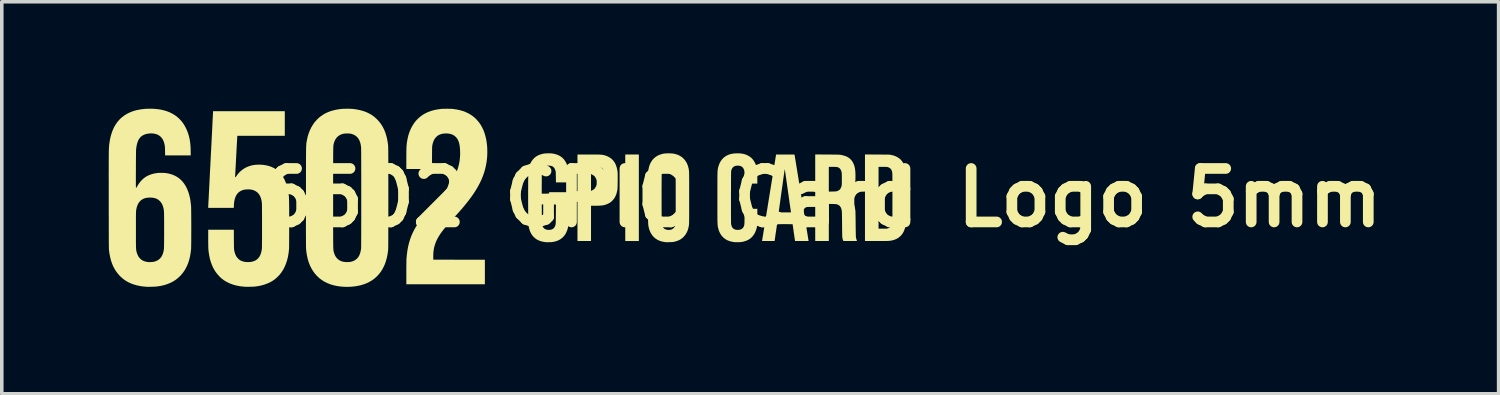
<source format=kicad_pcb>
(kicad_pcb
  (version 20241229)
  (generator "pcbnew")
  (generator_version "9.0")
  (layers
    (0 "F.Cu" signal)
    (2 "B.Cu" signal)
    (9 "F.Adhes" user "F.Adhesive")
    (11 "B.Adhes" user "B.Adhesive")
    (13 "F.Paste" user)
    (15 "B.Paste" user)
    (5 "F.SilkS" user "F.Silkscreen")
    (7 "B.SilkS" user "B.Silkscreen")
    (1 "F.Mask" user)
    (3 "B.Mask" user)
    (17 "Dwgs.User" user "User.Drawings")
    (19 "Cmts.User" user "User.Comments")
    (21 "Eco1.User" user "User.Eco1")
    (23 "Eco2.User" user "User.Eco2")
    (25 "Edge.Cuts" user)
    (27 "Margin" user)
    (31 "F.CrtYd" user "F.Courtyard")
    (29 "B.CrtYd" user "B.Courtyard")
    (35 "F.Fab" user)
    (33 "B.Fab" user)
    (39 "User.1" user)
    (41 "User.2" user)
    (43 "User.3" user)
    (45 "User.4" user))
  (footprint "6502 GPIO Card Logo 5mm"
    (layer "F.Cu")
    (at 19.985 2.499)
    (property "Reference" "6502 GPIO Card Logo 5mm" (at 0 0 0) (layer "F.SilkS") (effects (font (size 1.5 1.5) (thickness 0.3))))
    (attr board_only exclude_from_pos_files exclude_from_bom)
    (fp_poly (pts (xy -5.11 0) (xy -5.11 1.214) (xy -5.301 1.214) (xy -5.491 1.214) (xy -5.491 0) (xy -5.491 -1.214) (xy -5.301 -1.214) (xy -5.11 -1.214)) (stroke (width 0) (type solid)) (fill yes) (layer "F.SilkS"))
    (fp_poly (pts (xy -6.456 -1.214) (xy -6.397 -1.214) (xy -6.346 -1.214) (xy -6.301 -1.213) (xy -6.262 -1.213) (xy -6.228 -1.212) (xy -6.199 -1.21) (xy -6.173 -1.209) (xy -6.151 -1.207) (xy -6.131 -1.204) (xy -6.112 -1.201) (xy -6.095 -1.198) (xy -6.079 -1.194) (xy -6.062 -1.189) (xy -6.045 -1.184) (xy -6.039 -1.182) (xy -5.981 -1.159) (xy -5.927 -1.129) (xy -5.878 -1.094) (xy -5.835 -1.052) (xy -5.798 -1.004) (xy -5.771 -0.957) (xy -5.75 -0.908) (xy -5.732 -0.853) (xy -5.718 -0.795) (xy -5.708 -0.733) (xy -5.707 -0.721) (xy -5.705 -0.703) (xy -5.704 -0.679) (xy -5.704 -0.648) (xy -5.703 -0.613) (xy -5.703 -0.575) (xy -5.703 -0.534) (xy -5.703 -0.491) (xy -5.704 -0.448) (xy -5.704 -0.405) (xy -5.705 -0.364) (xy -5.706 -0.326) (xy -5.707 -0.292) (xy -5.709 -0.262) (xy -5.71 -0.238) (xy -5.712 -0.221) (xy -5.713 -0.216) (xy -5.727 -0.154) (xy -5.743 -0.099) (xy -5.763 -0.05) (xy -5.786 -0.005) (xy -5.814 0.035) (xy -5.846 0.073) (xy -5.878 0.104) (xy -5.91 0.13) (xy -5.946 0.152) (xy -5.962 0.16) (xy -5.995 0.176) (xy -6.028 0.189) (xy -6.062 0.2) (xy -6.098 0.208) (xy -6.136 0.215) (xy -6.18 0.219) (xy -6.228 0.222) (xy -6.283 0.224) (xy -6.328 0.224) (xy -6.452 0.224) (xy -6.452 0.719) (xy -6.452 1.214) (xy -6.642 1.214) (xy -6.832 1.214) (xy -6.832 0) (xy -6.832 -0.495) (xy -6.452 -0.495) (xy -6.452 -0.123) (xy -6.34 -0.123) (xy -6.301 -0.123) (xy -6.27 -0.123) (xy -6.245 -0.124) (xy -6.227 -0.126) (xy -6.213 -0.127) (xy -6.208 -0.129) (xy -6.173 -0.141) (xy -6.145 -0.159) (xy -6.123 -0.182) (xy -6.106 -0.211) (xy -6.093 -0.247) (xy -6.09 -0.264) (xy -6.088 -0.278) (xy -6.087 -0.298) (xy -6.085 -0.325) (xy -6.084 -0.357) (xy -6.084 -0.393) (xy -6.083 -0.432) (xy -6.083 -0.473) (xy -6.083 -0.514) (xy -6.083 -0.555) (xy -6.084 -0.593) (xy -6.084 -0.63) (xy -6.085 -0.662) (xy -6.086 -0.689) (xy -6.088 -0.711) (xy -6.089 -0.724) (xy -6.09 -0.725) (xy -6.1 -0.764) (xy -6.115 -0.796) (xy -6.134 -0.821) (xy -6.158 -0.84) (xy -6.164 -0.844) (xy -6.177 -0.85) (xy -6.189 -0.856) (xy -6.202 -0.86) (xy -6.217 -0.863) (xy -6.234 -0.865) (xy -6.256 -0.866) (xy -6.283 -0.867) (xy -6.317 -0.867) (xy -6.34 -0.867) (xy -6.452 -0.867) (xy -6.452 -0.495) (xy -6.832 -0.495) (xy -6.832 -1.214) (xy -6.522 -1.214)) (stroke (width 0) (type solid)) (fill yes) (layer "F.SilkS"))
    (fp_poly (pts (xy -0.546 -0.01) (xy -0.53 0.09) (xy -0.514 0.188) (xy -0.499 0.283) (xy -0.484 0.376) (xy -0.469 0.465) (xy -0.455 0.551) (xy -0.442 0.633) (xy -0.429 0.711) (xy -0.417 0.785) (xy -0.406 0.853) (xy -0.395 0.917) (xy -0.386 0.975) (xy -0.377 1.028) (xy -0.37 1.074) (xy -0.363 1.114) (xy -0.358 1.147) (xy -0.354 1.173) (xy -0.351 1.191) (xy -0.349 1.202) (xy -0.348 1.205) (xy -0.346 1.214) (xy -0.536 1.214) (xy -0.727 1.214) (xy -0.729 1.2) (xy -0.73 1.194) (xy -0.732 1.181) (xy -0.735 1.161) (xy -0.739 1.136) (xy -0.743 1.106) (xy -0.748 1.073) (xy -0.753 1.037) (xy -0.759 1) (xy -0.764 0.962) (xy -0.769 0.924) (xy -0.775 0.887) (xy -0.78 0.853) (xy -0.784 0.821) (xy -0.788 0.794) (xy -0.791 0.771) (xy -0.794 0.755) (xy -0.795 0.745) (xy -0.795 0.742) (xy -0.799 0.742) (xy -0.811 0.742) (xy -0.83 0.741) (xy -0.855 0.741) (xy -0.885 0.741) (xy -0.919 0.741) (xy -0.957 0.74) (xy -0.999 0.74) (xy -1.013 0.74) (xy -1.061 0.74) (xy -1.102 0.74) (xy -1.136 0.741) (xy -1.163 0.741) (xy -1.185 0.741) (xy -1.201 0.742) (xy -1.214 0.742) (xy -1.222 0.743) (xy -1.227 0.744) (xy -1.231 0.745) (xy -1.232 0.747) (xy -1.233 0.748) (xy -1.234 0.753) (xy -1.236 0.766) (xy -1.239 0.786) (xy -1.242 0.812) (xy -1.247 0.843) (xy -1.252 0.879) (xy -1.258 0.918) (xy -1.264 0.96) (xy -1.268 0.985) (xy -1.301 1.214) (xy -1.478 1.214) (xy -1.521 1.214) (xy -1.557 1.214) (xy -1.585 1.214) (xy -1.608 1.214) (xy -1.625 1.213) (xy -1.637 1.213) (xy -1.645 1.212) (xy -1.65 1.211) (xy -1.652 1.209) (xy -1.653 1.208) (xy -1.653 1.207) (xy -1.652 1.202) (xy -1.65 1.189) (xy -1.646 1.169) (xy -1.642 1.141) (xy -1.636 1.106) (xy -1.629 1.065) (xy -1.621 1.017) (xy -1.613 0.963) (xy -1.603 0.903) (xy -1.592 0.838) (xy -1.581 0.768) (xy -1.569 0.693) (xy -1.556 0.614) (xy -1.542 0.531) (xy -1.528 0.444) (xy -1.523 0.41) (xy -1.185 0.41) (xy -1.013 0.41) (xy -0.841 0.41) (xy -0.843 0.397) (xy -0.844 0.391) (xy -0.846 0.377) (xy -0.849 0.356) (xy -0.853 0.328) (xy -0.858 0.294) (xy -0.864 0.253) (xy -0.87 0.208) (xy -0.878 0.157) (xy -0.886 0.102) (xy -0.894 0.043) (xy -0.903 -0.02) (xy -0.912 -0.086) (xy -0.922 -0.154) (xy -0.929 -0.203) (xy -0.939 -0.272) (xy -0.948 -0.339) (xy -0.957 -0.404) (xy -0.966 -0.465) (xy -0.974 -0.522) (xy -0.982 -0.575) (xy -0.989 -0.623) (xy -0.995 -0.667) (xy -1 -0.704) (xy -1.005 -0.735) (xy -1.009 -0.76) (xy -1.011 -0.778) (xy -1.013 -0.788) (xy -1.013 -0.791) (xy -1.018 -0.79) (xy -1.018 -0.79) (xy -1.019 -0.785) (xy -1.021 -0.773) (xy -1.024 -0.754) (xy -1.027 -0.728) (xy -1.032 -0.696) (xy -1.038 -0.658) (xy -1.044 -0.615) (xy -1.05 -0.569) (xy -1.058 -0.518) (xy -1.065 -0.464) (xy -1.073 -0.407) (xy -1.081 -0.349) (xy -1.09 -0.289) (xy -1.098 -0.228) (xy -1.107 -0.167) (xy -1.115 -0.106) (xy -1.124 -0.046) (xy -1.132 0.013) (xy -1.14 0.07) (xy -1.147 0.124) (xy -1.154 0.175) (xy -1.161 0.222) (xy -1.167 0.265) (xy -1.172 0.303) (xy -1.176 0.336) (xy -1.18 0.363) (xy -1.182 0.383) (xy -1.184 0.396) (xy -1.184 0.401) (xy -1.185 0.41) (xy -1.523 0.41) (xy -1.513 0.354) (xy -1.498 0.261) (xy -1.483 0.165) (xy -1.467 0.067) (xy -1.455 -0.007) (xy -1.259 -1.214) (xy -1 -1.214) (xy -0.742 -1.214)) (stroke (width 0) (type solid)) (fill yes) (layer "F.SilkS"))
    (fp_poly (pts (xy 1.579 -1.213) (xy 1.641 -1.213) (xy 1.696 -1.212) (xy 1.743 -1.212) (xy 1.783 -1.212) (xy 1.818 -1.211) (xy 1.847 -1.211) (xy 1.871 -1.211) (xy 1.892 -1.21) (xy 1.908 -1.209) (xy 1.922 -1.209) (xy 1.934 -1.208) (xy 1.944 -1.207) (xy 1.953 -1.205) (xy 1.961 -1.204) (xy 1.968 -1.202) (xy 2.036 -1.186) (xy 2.098 -1.163) (xy 2.154 -1.134) (xy 2.203 -1.1) (xy 2.247 -1.059) (xy 2.284 -1.013) (xy 2.316 -0.96) (xy 2.342 -0.902) (xy 2.362 -0.837) (xy 2.369 -0.806) (xy 2.371 -0.795) (xy 2.373 -0.784) (xy 2.375 -0.773) (xy 2.376 -0.762) (xy 2.378 -0.749) (xy 2.379 -0.736) (xy 2.38 -0.721) (xy 2.381 -0.703) (xy 2.382 -0.683) (xy 2.383 -0.661) (xy 2.384 -0.634) (xy 2.384 -0.604) (xy 2.385 -0.57) (xy 2.385 -0.531) (xy 2.385 -0.487) (xy 2.386 -0.437) (xy 2.386 -0.382) (xy 2.386 -0.32) (xy 2.386 -0.251) (xy 2.386 -0.175) (xy 2.386 -0.092) (xy 2.386 -0.000117) (xy 2.386 0) (xy 2.386 0.092) (xy 2.386 0.175) (xy 2.386 0.251) (xy 2.386 0.32) (xy 2.386 0.382) (xy 2.386 0.437) (xy 2.385 0.487) (xy 2.385 0.531) (xy 2.385 0.57) (xy 2.384 0.604) (xy 2.384 0.634) (xy 2.383 0.661) (xy 2.382 0.683) (xy 2.381 0.703) (xy 2.38 0.721) (xy 2.379 0.736) (xy 2.378 0.749) (xy 2.376 0.762) (xy 2.375 0.773) (xy 2.373 0.784) (xy 2.371 0.795) (xy 2.369 0.806) (xy 2.369 0.806) (xy 2.351 0.873) (xy 2.328 0.934) (xy 2.299 0.99) (xy 2.263 1.04) (xy 2.222 1.083) (xy 2.175 1.121) (xy 2.123 1.152) (xy 2.065 1.177) (xy 2.002 1.195) (xy 1.982 1.199) (xy 1.967 1.202) (xy 1.953 1.204) (xy 1.938 1.206) (xy 1.922 1.208) (xy 1.905 1.209) (xy 1.885 1.211) (xy 1.863 1.212) (xy 1.836 1.213) (xy 1.806 1.213) (xy 1.77 1.214) (xy 1.729 1.214) (xy 1.682 1.214) (xy 1.627 1.214) (xy 1.565 1.214) (xy 1.556 1.214) (xy 1.235 1.214) (xy 1.235 0) (xy 1.616 0) (xy 1.616 0.867) (xy 1.734 0.867) (xy 1.77 0.867) (xy 1.798 0.867) (xy 1.821 0.867) (xy 1.838 0.866) (xy 1.851 0.865) (xy 1.862 0.863) (xy 1.871 0.861) (xy 1.878 0.859) (xy 1.912 0.845) (xy 1.941 0.827) (xy 1.963 0.804) (xy 1.98 0.775) (xy 1.993 0.739) (xy 1.998 0.718) (xy 1.999 0.713) (xy 2 0.707) (xy 2.001 0.699) (xy 2.002 0.69) (xy 2.002 0.678) (xy 2.003 0.664) (xy 2.003 0.647) (xy 2.004 0.626) (xy 2.004 0.601) (xy 2.004 0.572) (xy 2.004 0.539) (xy 2.005 0.5) (xy 2.005 0.456) (xy 2.005 0.407) (xy 2.005 0.351) (xy 2.005 0.288) (xy 2.005 0.218) (xy 2.005 0.141) (xy 2.005 0.056) (xy 2.005 0) (xy 2.005 -0.09) (xy 2.005 -0.172) (xy 2.005 -0.246) (xy 2.005 -0.313) (xy 2.005 -0.373) (xy 2.005 -0.427) (xy 2.005 -0.474) (xy 2.005 -0.516) (xy 2.004 -0.552) (xy 2.004 -0.584) (xy 2.004 -0.611) (xy 2.003 -0.634) (xy 2.003 -0.654) (xy 2.002 -0.67) (xy 2.002 -0.683) (xy 2.001 -0.694) (xy 2.001 -0.702) (xy 2 -0.709) (xy 1.999 -0.715) (xy 1.998 -0.718) (xy 1.988 -0.757) (xy 1.973 -0.79) (xy 1.953 -0.816) (xy 1.927 -0.837) (xy 1.896 -0.853) (xy 1.878 -0.859) (xy 1.869 -0.862) (xy 1.86 -0.864) (xy 1.849 -0.865) (xy 1.835 -0.866) (xy 1.817 -0.867) (xy 1.794 -0.867) (xy 1.764 -0.867) (xy 1.734 -0.867) (xy 1.616 -0.867) (xy 1.616 0) (xy 1.235 0) (xy 1.235 -0.000207) (xy 1.235 -1.215)) (stroke (width 0) (type solid)) (fill yes) (layer "F.SilkS"))
    (fp_poly (pts (xy 0.179 -1.213) (xy 0.241 -1.213) (xy 0.295 -1.212) (xy 0.341 -1.212) (xy 0.382 -1.212) (xy 0.416 -1.211) (xy 0.445 -1.211) (xy 0.469 -1.21) (xy 0.489 -1.21) (xy 0.506 -1.209) (xy 0.52 -1.208) (xy 0.531 -1.207) (xy 0.541 -1.206) (xy 0.55 -1.205) (xy 0.559 -1.203) (xy 0.565 -1.202) (xy 0.63 -1.187) (xy 0.688 -1.169) (xy 0.74 -1.146) (xy 0.785 -1.118) (xy 0.824 -1.086) (xy 0.858 -1.048) (xy 0.888 -1.006) (xy 0.901 -0.982) (xy 0.917 -0.947) (xy 0.931 -0.912) (xy 0.942 -0.875) (xy 0.951 -0.836) (xy 0.958 -0.793) (xy 0.963 -0.746) (xy 0.967 -0.694) (xy 0.968 -0.635) (xy 0.968 -0.57) (xy 0.967 -0.539) (xy 0.966 -0.488) (xy 0.964 -0.444) (xy 0.962 -0.408) (xy 0.96 -0.38) (xy 0.958 -0.369) (xy 0.945 -0.305) (xy 0.926 -0.246) (xy 0.902 -0.193) (xy 0.872 -0.146) (xy 0.84 -0.108) (xy 0.821 -0.091) (xy 0.797 -0.072) (xy 0.771 -0.055) (xy 0.747 -0.041) (xy 0.737 -0.036) (xy 0.727 -0.031) (xy 0.721 -0.026) (xy 0.72 -0.025) (xy 0.724 -0.021) (xy 0.735 -0.016) (xy 0.749 -0.009) (xy 0.755 -0.006) (xy 0.796 0.014) (xy 0.831 0.039) (xy 0.862 0.069) (xy 0.888 0.104) (xy 0.911 0.144) (xy 0.93 0.191) (xy 0.945 0.244) (xy 0.957 0.305) (xy 0.963 0.343) (xy 0.964 0.354) (xy 0.966 0.367) (xy 0.967 0.384) (xy 0.968 0.404) (xy 0.968 0.428) (xy 0.969 0.457) (xy 0.97 0.491) (xy 0.971 0.532) (xy 0.971 0.578) (xy 0.972 0.632) (xy 0.973 0.693) (xy 0.973 0.738) (xy 0.974 0.794) (xy 0.974 0.848) (xy 0.975 0.898) (xy 0.976 0.944) (xy 0.977 0.986) (xy 0.977 1.023) (xy 0.978 1.054) (xy 0.979 1.078) (xy 0.98 1.095) (xy 0.981 1.105) (xy 0.981 1.106) (xy 0.986 1.132) (xy 0.993 1.157) (xy 0.999 1.179) (xy 1.005 1.194) (xy 1.009 1.205) (xy 1.011 1.211) (xy 1.011 1.212) (xy 1.007 1.212) (xy 0.995 1.213) (xy 0.977 1.213) (xy 0.952 1.213) (xy 0.923 1.213) (xy 0.889 1.213) (xy 0.852 1.213) (xy 0.818 1.213) (xy 0.625 1.212) (xy 0.619 1.193) (xy 0.615 1.18) (xy 0.611 1.168) (xy 0.608 1.157) (xy 0.606 1.147) (xy 0.603 1.135) (xy 0.601 1.123) (xy 0.6 1.109) (xy 0.598 1.093) (xy 0.597 1.073) (xy 0.596 1.05) (xy 0.596 1.023) (xy 0.595 0.991) (xy 0.594 0.954) (xy 0.594 0.91) (xy 0.593 0.86) (xy 0.593 0.803) (xy 0.592 0.747) (xy 0.592 0.682) (xy 0.591 0.625) (xy 0.591 0.576) (xy 0.59 0.533) (xy 0.59 0.496) (xy 0.589 0.465) (xy 0.588 0.439) (xy 0.588 0.417) (xy 0.587 0.4) (xy 0.586 0.385) (xy 0.585 0.374) (xy 0.584 0.364) (xy 0.583 0.356) (xy 0.582 0.354) (xy 0.572 0.311) (xy 0.558 0.275) (xy 0.54 0.245) (xy 0.518 0.221) (xy 0.49 0.202) (xy 0.457 0.187) (xy 0.443 0.183) (xy 0.432 0.181) (xy 0.416 0.179) (xy 0.394 0.177) (xy 0.366 0.176) (xy 0.33 0.175) (xy 0.32 0.175) (xy 0.22 0.173) (xy 0.22 0.693) (xy 0.22 1.214) (xy 0.03 1.214) (xy -0.161 1.214) (xy -0.161 -0.000231) (xy -0.161 -0.52) (xy 0.22 -0.52) (xy 0.22 -0.172) (xy 0.32 -0.175) (xy 0.359 -0.176) (xy 0.39 -0.177) (xy 0.414 -0.179) (xy 0.431 -0.181) (xy 0.443 -0.183) (xy 0.468 -0.192) (xy 0.493 -0.205) (xy 0.515 -0.219) (xy 0.531 -0.234) (xy 0.532 -0.234) (xy 0.549 -0.259) (xy 0.564 -0.29) (xy 0.576 -0.325) (xy 0.578 -0.334) (xy 0.58 -0.343) (xy 0.582 -0.354) (xy 0.583 -0.366) (xy 0.584 -0.381) (xy 0.585 -0.399) (xy 0.585 -0.423) (xy 0.586 -0.452) (xy 0.586 -0.487) (xy 0.586 -0.525) (xy 0.586 -0.567) (xy 0.586 -0.602) (xy 0.585 -0.63) (xy 0.585 -0.653) (xy 0.584 -0.671) (xy 0.583 -0.686) (xy 0.582 -0.699) (xy 0.58 -0.71) (xy 0.578 -0.719) (xy 0.567 -0.759) (xy 0.551 -0.793) (xy 0.531 -0.819) (xy 0.507 -0.839) (xy 0.499 -0.844) (xy 0.486 -0.85) (xy 0.473 -0.856) (xy 0.46 -0.86) (xy 0.445 -0.863) (xy 0.427 -0.865) (xy 0.405 -0.866) (xy 0.377 -0.867) (xy 0.342 -0.867) (xy 0.327 -0.867) (xy 0.22 -0.867) (xy 0.22 -0.52) (xy -0.161 -0.52) (xy -0.161 -1.215)) (stroke (width 0) (type solid)) (fill yes) (layer "F.SilkS"))
    (fp_poly (pts (xy -7.587 -1.246) (xy -7.558 -1.245) (xy -7.552 -1.244) (xy -7.482 -1.232) (xy -7.417 -1.214) (xy -7.358 -1.19) (xy -7.304 -1.159) (xy -7.256 -1.122) (xy -7.213 -1.078) (xy -7.177 -1.028) (xy -7.146 -0.973) (xy -7.12 -0.91) (xy -7.101 -0.842) (xy -7.087 -0.767) (xy -7.086 -0.764) (xy -7.085 -0.751) (xy -7.084 -0.732) (xy -7.083 -0.706) (xy -7.081 -0.676) (xy -7.08 -0.643) (xy -7.079 -0.607) (xy -7.079 -0.581) (xy -7.076 -0.432) (xy -7.256 -0.432) (xy -7.436 -0.432) (xy -7.438 -0.579) (xy -7.439 -0.619) (xy -7.44 -0.651) (xy -7.44 -0.678) (xy -7.441 -0.699) (xy -7.442 -0.715) (xy -7.443 -0.729) (xy -7.445 -0.74) (xy -7.447 -0.749) (xy -7.449 -0.758) (xy -7.463 -0.799) (xy -7.481 -0.833) (xy -7.504 -0.859) (xy -7.531 -0.879) (xy -7.564 -0.893) (xy -7.602 -0.9) (xy -7.635 -0.902) (xy -7.672 -0.9) (xy -7.704 -0.895) (xy -7.73 -0.885) (xy -7.754 -0.871) (xy -7.77 -0.858) (xy -7.791 -0.834) (xy -7.808 -0.806) (xy -7.82 -0.772) (xy -7.829 -0.732) (xy -7.83 -0.721) (xy -7.831 -0.711) (xy -7.832 -0.694) (xy -7.832 -0.669) (xy -7.833 -0.638) (xy -7.833 -0.601) (xy -7.834 -0.558) (xy -7.834 -0.51) (xy -7.834 -0.457) (xy -7.834 -0.401) (xy -7.835 -0.341) (xy -7.835 -0.278) (xy -7.835 -0.213) (xy -7.835 -0.146) (xy -7.835 -0.078) (xy -7.834 -0.009) (xy -7.834 0.06) (xy -7.834 0.129) (xy -7.834 0.197) (xy -7.834 0.264) (xy -7.833 0.328) (xy -7.833 0.39) (xy -7.832 0.449) (xy -7.832 0.505) (xy -7.831 0.556) (xy -7.831 0.603) (xy -7.83 0.644) (xy -7.83 0.68) (xy -7.829 0.71) (xy -7.828 0.732) (xy -7.828 0.748) (xy -7.827 0.755) (xy -7.827 0.755) (xy -7.813 0.796) (xy -7.794 0.83) (xy -7.771 0.858) (xy -7.742 0.878) (xy -7.708 0.892) (xy -7.669 0.9) (xy -7.636 0.902) (xy -7.593 0.899) (xy -7.555 0.89) (xy -7.523 0.874) (xy -7.496 0.852) (xy -7.474 0.824) (xy -7.457 0.788) (xy -7.447 0.753) (xy -7.445 0.746) (xy -7.444 0.737) (xy -7.443 0.726) (xy -7.442 0.711) (xy -7.441 0.693) (xy -7.441 0.67) (xy -7.44 0.642) (xy -7.44 0.608) (xy -7.439 0.568) (xy -7.439 0.52) (xy -7.438 0.465) (xy -7.438 0.458) (xy -7.437 0.19) (xy -7.532 0.19) (xy -7.628 0.19) (xy -7.628 0.017) (xy -7.628 -0.157) (xy -7.352 -0.157) (xy -7.077 -0.157) (xy -7.079 0.287) (xy -7.079 0.367) (xy -7.08 0.438) (xy -7.08 0.502) (xy -7.08 0.558) (xy -7.081 0.607) (xy -7.082 0.649) (xy -7.082 0.684) (xy -7.083 0.713) (xy -7.084 0.735) (xy -7.085 0.751) (xy -7.085 0.762) (xy -7.086 0.764) (xy -7.093 0.806) (xy -7.1 0.843) (xy -7.11 0.877) (xy -7.118 0.904) (xy -7.143 0.967) (xy -7.173 1.023) (xy -7.209 1.073) (xy -7.251 1.117) (xy -7.299 1.155) (xy -7.352 1.187) (xy -7.411 1.212) (xy -7.475 1.231) (xy -7.535 1.241) (xy -7.554 1.244) (xy -7.58 1.245) (xy -7.609 1.246) (xy -7.639 1.247) (xy -7.669 1.248) (xy -7.697 1.247) (xy -7.72 1.246) (xy -7.735 1.245) (xy -7.805 1.233) (xy -7.868 1.217) (xy -7.924 1.195) (xy -7.975 1.169) (xy -8.021 1.136) (xy -8.062 1.099) (xy -8.066 1.094) (xy -8.105 1.048) (xy -8.137 0.997) (xy -8.163 0.941) (xy -8.184 0.879) (xy -8.2 0.811) (xy -8.211 0.737) (xy -8.211 0.73) (xy -8.212 0.72) (xy -8.212 0.701) (xy -8.213 0.676) (xy -8.213 0.643) (xy -8.214 0.604) (xy -8.214 0.56) (xy -8.214 0.511) (xy -8.215 0.457) (xy -8.215 0.399) (xy -8.215 0.338) (xy -8.215 0.274) (xy -8.216 0.207) (xy -8.216 0.139) (xy -8.216 0.07) (xy -8.216 0.000423) (xy -8.216 -0.069) (xy -8.216 -0.138) (xy -8.216 -0.206) (xy -8.215 -0.273) (xy -8.215 -0.337) (xy -8.215 -0.398) (xy -8.215 -0.456) (xy -8.214 -0.51) (xy -8.214 -0.56) (xy -8.214 -0.604) (xy -8.213 -0.643) (xy -8.213 -0.675) (xy -8.212 -0.701) (xy -8.212 -0.719) (xy -8.211 -0.73) (xy -8.211 -0.73) (xy -8.201 -0.804) (xy -8.186 -0.872) (xy -8.166 -0.934) (xy -8.14 -0.99) (xy -8.113 -1.035) (xy -8.075 -1.084) (xy -8.032 -1.127) (xy -7.982 -1.164) (xy -7.928 -1.194) (xy -7.867 -1.217) (xy -7.801 -1.235) (xy -7.786 -1.238) (xy -7.761 -1.241) (xy -7.73 -1.244) (xy -7.694 -1.246) (xy -7.657 -1.247) (xy -7.621 -1.247)) (stroke (width 0) (type solid)) (fill yes) (layer "F.SilkS"))
    (fp_poly (pts (xy -10.456 -2.497) (xy -10.418 -2.497) (xy -10.384 -2.496) (xy -10.355 -2.494) (xy -10.335 -2.493) (xy -10.235 -2.479) (xy -10.141 -2.46) (xy -10.053 -2.435) (xy -9.971 -2.405) (xy -9.895 -2.369) (xy -9.823 -2.327) (xy -9.756 -2.279) (xy -9.745 -2.271) (xy -9.729 -2.257) (xy -9.71 -2.24) (xy -9.69 -2.22) (xy -9.67 -2.201) (xy -9.665 -2.195) (xy -9.607 -2.13) (xy -9.555 -2.058) (xy -9.51 -1.981) (xy -9.47 -1.897) (xy -9.437 -1.808) (xy -9.41 -1.713) (xy -9.388 -1.612) (xy -9.373 -1.505) (xy -9.367 -1.439) (xy -9.364 -1.403) (xy -9.363 -1.361) (xy -9.362 -1.315) (xy -9.362 -1.268) (xy -9.363 -1.221) (xy -9.365 -1.177) (xy -9.367 -1.138) (xy -9.369 -1.115) (xy -9.381 -1.011) (xy -9.399 -0.91) (xy -9.422 -0.81) (xy -9.45 -0.711) (xy -9.484 -0.612) (xy -9.524 -0.514) (xy -9.57 -0.416) (xy -9.623 -0.317) (xy -9.682 -0.216) (xy -9.748 -0.114) (xy -9.821 -0.01) (xy -9.901 0.096) (xy -9.989 0.205) (xy -10.018 0.241) (xy -10.051 0.28) (xy -10.083 0.318) (xy -10.116 0.355) (xy -10.15 0.394) (xy -10.186 0.434) (xy -10.226 0.478) (xy -10.27 0.525) (xy -10.293 0.55) (xy -10.364 0.628) (xy -10.429 0.7) (xy -10.488 0.768) (xy -10.541 0.832) (xy -10.589 0.892) (xy -10.633 0.948) (xy -10.672 1.002) (xy -10.706 1.054) (xy -10.736 1.104) (xy -10.763 1.153) (xy -10.787 1.2) (xy -10.807 1.247) (xy -10.824 1.295) (xy -10.839 1.342) (xy -10.849 1.377) (xy -10.859 1.423) (xy -10.867 1.468) (xy -10.873 1.515) (xy -10.876 1.565) (xy -10.878 1.622) (xy -10.878 1.637) (xy -10.879 1.737) (xy -10.154 1.738) (xy -9.43 1.739) (xy -9.43 2.084) (xy -9.43 2.428) (xy -10.532 2.428) (xy -11.634 2.428) (xy -11.634 2.104) (xy -11.634 2.05) (xy -11.634 1.998) (xy -11.633 1.947) (xy -11.633 1.9) (xy -11.633 1.856) (xy -11.632 1.816) (xy -11.632 1.781) (xy -11.631 1.753) (xy -11.63 1.731) (xy -11.63 1.718) (xy -11.619 1.596) (xy -11.604 1.481) (xy -11.584 1.372) (xy -11.559 1.267) (xy -11.528 1.166) (xy -11.492 1.067) (xy -11.449 0.971) (xy -11.4 0.875) (xy -11.344 0.78) (xy -11.281 0.683) (xy -11.213 0.588) (xy -11.18 0.544) (xy -11.146 0.501) (xy -11.111 0.457) (xy -11.074 0.413) (xy -11.034 0.367) (xy -10.991 0.318) (xy -10.944 0.265) (xy -10.891 0.208) (xy -10.879 0.195) (xy -10.795 0.103) (xy -10.717 0.015) (xy -10.646 -0.068) (xy -10.581 -0.147) (xy -10.521 -0.223) (xy -10.466 -0.295) (xy -10.417 -0.365) (xy -10.373 -0.433) (xy -10.333 -0.499) (xy -10.297 -0.564) (xy -10.265 -0.628) (xy -10.237 -0.691) (xy -10.212 -0.754) (xy -10.194 -0.806) (xy -10.169 -0.891) (xy -10.15 -0.974) (xy -10.136 -1.057) (xy -10.128 -1.141) (xy -10.124 -1.229) (xy -10.125 -1.295) (xy -10.128 -1.367) (xy -10.134 -1.432) (xy -10.143 -1.49) (xy -10.155 -1.541) (xy -10.17 -1.587) (xy -10.188 -1.628) (xy -10.21 -1.663) (xy -10.235 -1.695) (xy -10.24 -1.7) (xy -10.277 -1.734) (xy -10.318 -1.761) (xy -10.364 -1.781) (xy -10.415 -1.795) (xy -10.472 -1.803) (xy -10.494 -1.805) (xy -10.554 -1.805) (xy -10.611 -1.798) (xy -10.664 -1.785) (xy -10.712 -1.766) (xy -10.755 -1.741) (xy -10.773 -1.727) (xy -10.806 -1.695) (xy -10.835 -1.659) (xy -10.859 -1.616) (xy -10.88 -1.567) (xy -10.896 -1.512) (xy -10.903 -1.48) (xy -10.905 -1.471) (xy -10.906 -1.462) (xy -10.907 -1.453) (xy -10.908 -1.443) (xy -10.909 -1.43) (xy -10.91 -1.415) (xy -10.911 -1.397) (xy -10.911 -1.375) (xy -10.912 -1.348) (xy -10.912 -1.316) (xy -10.912 -1.278) (xy -10.913 -1.233) (xy -10.913 -1.182) (xy -10.913 -1.122) (xy -10.913 -1.122) (xy -10.915 -0.808) (xy -11.275 -0.808) (xy -11.634 -0.808) (xy -11.634 -1.095) (xy -11.634 -1.159) (xy -11.634 -1.215) (xy -11.633 -1.264) (xy -11.633 -1.307) (xy -11.632 -1.345) (xy -11.632 -1.378) (xy -11.63 -1.408) (xy -11.629 -1.435) (xy -11.627 -1.46) (xy -11.625 -1.483) (xy -11.623 -1.506) (xy -11.62 -1.53) (xy -11.617 -1.555) (xy -11.599 -1.657) (xy -11.576 -1.754) (xy -11.546 -1.845) (xy -11.51 -1.932) (xy -11.468 -2.012) (xy -11.42 -2.088) (xy -11.367 -2.157) (xy -11.307 -2.22) (xy -11.242 -2.277) (xy -11.177 -2.325) (xy -11.106 -2.367) (xy -11.029 -2.403) (xy -10.947 -2.434) (xy -10.858 -2.459) (xy -10.764 -2.478) (xy -10.663 -2.492) (xy -10.661 -2.493) (xy -10.638 -2.494) (xy -10.608 -2.496) (xy -10.573 -2.497) (xy -10.535 -2.497) (xy -10.496 -2.498)) (stroke (width 0) (type solid)) (fill yes) (layer "F.SilkS"))
    (fp_poly (pts (xy -2.302 -1.247) (xy -2.241 -1.242) (xy -2.186 -1.233) (xy -2.134 -1.22) (xy -2.084 -1.201) (xy -2.058 -1.189) (xy -2.004 -1.158) (xy -1.956 -1.121) (xy -1.914 -1.077) (xy -1.878 -1.027) (xy -1.847 -0.972) (xy -1.822 -0.91) (xy -1.822 -0.908) (xy -1.814 -0.886) (xy -1.808 -0.865) (xy -1.803 -0.845) (xy -1.799 -0.825) (xy -1.795 -0.804) (xy -1.792 -0.781) (xy -1.79 -0.755) (xy -1.789 -0.725) (xy -1.788 -0.689) (xy -1.787 -0.648) (xy -1.786 -0.599) (xy -1.786 -0.583) (xy -1.785 -0.398) (xy -1.965 -0.398) (xy -2.145 -0.398) (xy -2.145 -0.562) (xy -2.145 -0.606) (xy -2.145 -0.646) (xy -2.146 -0.68) (xy -2.147 -0.709) (xy -2.148 -0.73) (xy -2.149 -0.745) (xy -2.149 -0.75) (xy -2.161 -0.791) (xy -2.178 -0.826) (xy -2.199 -0.854) (xy -2.226 -0.876) (xy -2.259 -0.891) (xy -2.297 -0.899) (xy -2.332 -0.902) (xy -2.375 -0.899) (xy -2.412 -0.891) (xy -2.443 -0.876) (xy -2.469 -0.855) (xy -2.49 -0.828) (xy -2.507 -0.793) (xy -2.516 -0.768) (xy -2.517 -0.764) (xy -2.518 -0.76) (xy -2.519 -0.755) (xy -2.519 -0.748) (xy -2.52 -0.739) (xy -2.521 -0.728) (xy -2.521 -0.715) (xy -2.522 -0.698) (xy -2.522 -0.678) (xy -2.522 -0.655) (xy -2.523 -0.627) (xy -2.523 -0.595) (xy -2.523 -0.557) (xy -2.523 -0.515) (xy -2.524 -0.466) (xy -2.524 -0.412) (xy -2.524 -0.351) (xy -2.524 -0.283) (xy -2.524 -0.208) (xy -2.525 -0.126) (xy -2.525 -0.035) (xy -2.525 -0.019) (xy -2.525 0.082) (xy -2.525 0.175) (xy -2.525 0.26) (xy -2.525 0.338) (xy -2.525 0.407) (xy -2.525 0.47) (xy -2.525 0.525) (xy -2.524 0.573) (xy -2.524 0.615) (xy -2.524 0.65) (xy -2.523 0.68) (xy -2.523 0.703) (xy -2.522 0.72) (xy -2.522 0.732) (xy -2.521 0.738) (xy -2.514 0.772) (xy -2.503 0.804) (xy -2.488 0.832) (xy -2.473 0.852) (xy -2.448 0.873) (xy -2.419 0.888) (xy -2.386 0.897) (xy -2.346 0.901) (xy -2.331 0.902) (xy -2.288 0.898) (xy -2.251 0.888) (xy -2.22 0.872) (xy -2.194 0.85) (xy -2.173 0.821) (xy -2.166 0.806) (xy -2.161 0.795) (xy -2.158 0.784) (xy -2.154 0.772) (xy -2.152 0.76) (xy -2.15 0.745) (xy -2.148 0.728) (xy -2.147 0.706) (xy -2.146 0.68) (xy -2.145 0.649) (xy -2.145 0.612) (xy -2.145 0.568) (xy -2.145 0.518) (xy -2.145 0.309) (xy -1.965 0.309) (xy -1.785 0.309) (xy -1.786 0.538) (xy -1.787 0.593) (xy -1.787 0.641) (xy -1.788 0.682) (xy -1.789 0.717) (xy -1.79 0.747) (xy -1.792 0.772) (xy -1.794 0.795) (xy -1.797 0.815) (xy -1.8 0.833) (xy -1.804 0.851) (xy -1.809 0.868) (xy -1.815 0.887) (xy -1.821 0.908) (xy -1.822 0.908) (xy -1.847 0.971) (xy -1.878 1.027) (xy -1.915 1.078) (xy -1.958 1.122) (xy -1.988 1.147) (xy -2.027 1.173) (xy -2.073 1.196) (xy -2.123 1.215) (xy -2.177 1.231) (xy -2.232 1.241) (xy -2.234 1.242) (xy -2.253 1.244) (xy -2.278 1.245) (xy -2.306 1.246) (xy -2.337 1.247) (xy -2.367 1.247) (xy -2.394 1.247) (xy -2.417 1.246) (xy -2.43 1.245) (xy -2.502 1.233) (xy -2.568 1.215) (xy -2.628 1.191) (xy -2.682 1.161) (xy -2.73 1.124) (xy -2.773 1.082) (xy -2.809 1.033) (xy -2.84 0.978) (xy -2.866 0.917) (xy -2.885 0.85) (xy -2.888 0.838) (xy -2.89 0.828) (xy -2.892 0.817) (xy -2.894 0.807) (xy -2.896 0.795) (xy -2.898 0.783) (xy -2.899 0.769) (xy -2.9 0.754) (xy -2.901 0.736) (xy -2.902 0.716) (xy -2.903 0.692) (xy -2.904 0.665) (xy -2.905 0.634) (xy -2.905 0.599) (xy -2.905 0.559) (xy -2.906 0.514) (xy -2.906 0.463) (xy -2.906 0.407) (xy -2.906 0.344) (xy -2.906 0.274) (xy -2.906 0.198) (xy -2.906 0.113) (xy -2.906 0.021) (xy -2.906 0) (xy -2.906 -0.094) (xy -2.906 -0.18) (xy -2.906 -0.258) (xy -2.906 -0.329) (xy -2.906 -0.393) (xy -2.906 -0.451) (xy -2.906 -0.503) (xy -2.906 -0.549) (xy -2.905 -0.59) (xy -2.905 -0.626) (xy -2.904 -0.658) (xy -2.903 -0.686) (xy -2.903 -0.71) (xy -2.902 -0.731) (xy -2.901 -0.75) (xy -2.899 -0.766) (xy -2.898 -0.78) (xy -2.896 -0.793) (xy -2.895 -0.805) (xy -2.893 -0.816) (xy -2.89 -0.826) (xy -2.888 -0.837) (xy -2.885 -0.849) (xy -2.885 -0.852) (xy -2.865 -0.918) (xy -2.84 -0.978) (xy -2.809 -1.033) (xy -2.772 -1.082) (xy -2.729 -1.125) (xy -2.681 -1.162) (xy -2.638 -1.186) (xy -2.598 -1.205) (xy -2.557 -1.22) (xy -2.515 -1.231) (xy -2.47 -1.239) (xy -2.419 -1.244) (xy -2.369 -1.247)) (stroke (width 0) (type solid)) (fill yes) (layer "F.SilkS"))
    (fp_poly (pts (xy -4.235 -1.246) (xy -4.196 -1.244) (xy -4.162 -1.241) (xy -4.133 -1.238) (xy -4.127 -1.236) (xy -4.064 -1.221) (xy -4.007 -1.201) (xy -3.957 -1.176) (xy -3.91 -1.146) (xy -3.868 -1.111) (xy -3.865 -1.109) (xy -3.823 -1.063) (xy -3.787 -1.012) (xy -3.757 -0.957) (xy -3.733 -0.896) (xy -3.715 -0.829) (xy -3.704 -0.763) (xy -3.703 -0.756) (xy -3.702 -0.748) (xy -3.702 -0.736) (xy -3.701 -0.723) (xy -3.7 -0.706) (xy -3.7 -0.687) (xy -3.7 -0.663) (xy -3.699 -0.635) (xy -3.699 -0.603) (xy -3.699 -0.567) (xy -3.698 -0.524) (xy -3.698 -0.477) (xy -3.698 -0.423) (xy -3.698 -0.363) (xy -3.698 -0.296) (xy -3.698 -0.223) (xy -3.698 -0.141) (xy -3.698 -0.052) (xy -3.698 0) (xy -3.698 0.094) (xy -3.698 0.179) (xy -3.698 0.257) (xy -3.698 0.328) (xy -3.698 0.391) (xy -3.698 0.448) (xy -3.698 0.499) (xy -3.698 0.544) (xy -3.699 0.584) (xy -3.699 0.619) (xy -3.699 0.648) (xy -3.7 0.674) (xy -3.7 0.696) (xy -3.701 0.714) (xy -3.701 0.729) (xy -3.702 0.742) (xy -3.703 0.752) (xy -3.703 0.76) (xy -3.704 0.763) (xy -3.717 0.836) (xy -3.735 0.902) (xy -3.76 0.962) (xy -3.79 1.017) (xy -3.827 1.067) (xy -3.865 1.109) (xy -3.909 1.145) (xy -3.956 1.176) (xy -4.008 1.201) (xy -4.065 1.221) (xy -4.123 1.236) (xy -4.141 1.239) (xy -4.159 1.241) (xy -4.181 1.243) (xy -4.206 1.245) (xy -4.238 1.245) (xy -4.258 1.246) (xy -4.286 1.246) (xy -4.311 1.246) (xy -4.333 1.246) (xy -4.35 1.246) (xy -4.36 1.246) (xy -4.362 1.246) (xy -4.37 1.244) (xy -4.385 1.242) (xy -4.403 1.239) (xy -4.415 1.237) (xy -4.48 1.223) (xy -4.541 1.202) (xy -4.597 1.174) (xy -4.649 1.139) (xy -4.695 1.098) (xy -4.735 1.051) (xy -4.77 0.998) (xy -4.799 0.939) (xy -4.822 0.876) (xy -4.835 0.821) (xy -4.837 0.81) (xy -4.839 0.8) (xy -4.841 0.789) (xy -4.843 0.778) (xy -4.844 0.766) (xy -4.846 0.753) (xy -4.847 0.737) (xy -4.848 0.72) (xy -4.849 0.7) (xy -4.849 0.678) (xy -4.85 0.651) (xy -4.851 0.621) (xy -4.851 0.587) (xy -4.851 0.548) (xy -4.852 0.504) (xy -4.852 0.455) (xy -4.852 0.4) (xy -4.852 0.338) (xy -4.852 0.27) (xy -4.852 0.195) (xy -4.852 0.112) (xy -4.852 0.021) (xy -4.852 0) (xy -4.852 -0.031) (xy -4.472 -0.031) (xy -4.472 0.039) (xy -4.472 0.108) (xy -4.472 0.177) (xy -4.472 0.244) (xy -4.472 0.309) (xy -4.471 0.371) (xy -4.471 0.431) (xy -4.471 0.487) (xy -4.47 0.539) (xy -4.47 0.586) (xy -4.469 0.628) (xy -4.469 0.664) (xy -4.468 0.693) (xy -4.467 0.716) (xy -4.467 0.732) (xy -4.466 0.739) (xy -4.456 0.778) (xy -4.443 0.811) (xy -4.426 0.838) (xy -4.404 0.861) (xy -4.392 0.871) (xy -4.366 0.885) (xy -4.334 0.895) (xy -4.299 0.901) (xy -4.263 0.902) (xy -4.228 0.899) (xy -4.195 0.89) (xy -4.181 0.885) (xy -4.151 0.866) (xy -4.126 0.842) (xy -4.106 0.812) (xy -4.091 0.774) (xy -4.083 0.745) (xy -4.082 0.741) (xy -4.082 0.735) (xy -4.081 0.729) (xy -4.08 0.721) (xy -4.079 0.711) (xy -4.079 0.698) (xy -4.078 0.683) (xy -4.078 0.665) (xy -4.078 0.643) (xy -4.077 0.618) (xy -4.077 0.588) (xy -4.077 0.553) (xy -4.077 0.513) (xy -4.076 0.468) (xy -4.076 0.417) (xy -4.076 0.36) (xy -4.076 0.296) (xy -4.076 0.225) (xy -4.076 0.147) (xy -4.076 0.06) (xy -4.076 0) (xy -4.076 -0.091) (xy -4.076 -0.175) (xy -4.076 -0.251) (xy -4.076 -0.319) (xy -4.076 -0.381) (xy -4.076 -0.436) (xy -4.077 -0.485) (xy -4.077 -0.528) (xy -4.077 -0.566) (xy -4.077 -0.599) (xy -4.077 -0.627) (xy -4.078 -0.651) (xy -4.078 -0.672) (xy -4.079 -0.689) (xy -4.079 -0.703) (xy -4.08 -0.714) (xy -4.08 -0.724) (xy -4.081 -0.731) (xy -4.082 -0.737) (xy -4.083 -0.742) (xy -4.083 -0.745) (xy -4.096 -0.788) (xy -4.114 -0.824) (xy -4.136 -0.853) (xy -4.163 -0.875) (xy -4.175 -0.882) (xy -4.197 -0.891) (xy -4.219 -0.897) (xy -4.246 -0.901) (xy -4.277 -0.901) (xy -4.32 -0.898) (xy -4.357 -0.889) (xy -4.389 -0.873) (xy -4.415 -0.851) (xy -4.437 -0.822) (xy -4.453 -0.786) (xy -4.465 -0.743) (xy -4.466 -0.739) (xy -4.467 -0.73) (xy -4.467 -0.714) (xy -4.468 -0.69) (xy -4.469 -0.66) (xy -4.469 -0.623) (xy -4.47 -0.58) (xy -4.47 -0.532) (xy -4.471 -0.48) (xy -4.471 -0.424) (xy -4.471 -0.364) (xy -4.472 -0.301) (xy -4.472 -0.236) (xy -4.472 -0.168) (xy -4.472 -0.1) (xy -4.472 -0.031) (xy -4.852 -0.031) (xy -4.852 -0.106) (xy -4.852 -0.205) (xy -4.852 -0.295) (xy -4.852 -0.377) (xy -4.852 -0.45) (xy -4.851 -0.516) (xy -4.851 -0.573) (xy -4.851 -0.622) (xy -4.85 -0.663) (xy -4.85 -0.695) (xy -4.849 -0.719) (xy -4.848 -0.734) (xy -4.848 -0.739) (xy -4.836 -0.815) (xy -4.819 -0.885) (xy -4.795 -0.949) (xy -4.765 -1.007) (xy -4.73 -1.059) (xy -4.689 -1.105) (xy -4.642 -1.144) (xy -4.589 -1.178) (xy -4.531 -1.205) (xy -4.467 -1.226) (xy -4.415 -1.238) (xy -4.387 -1.242) (xy -4.353 -1.245) (xy -4.315 -1.246) (xy -4.275 -1.247)) (stroke (width 0) (type solid)) (fill yes) (layer "F.SilkS"))
    (fp_poly (pts (xy -15.044 -2.084) (xy -15.044 -1.739) (xy -15.71 -1.739) (xy -16.376 -1.739) (xy -16.378 -1.704) (xy -16.379 -1.695) (xy -16.38 -1.679) (xy -16.381 -1.655) (xy -16.383 -1.624) (xy -16.385 -1.587) (xy -16.387 -1.545) (xy -16.39 -1.497) (xy -16.393 -1.445) (xy -16.396 -1.389) (xy -16.399 -1.329) (xy -16.402 -1.267) (xy -16.406 -1.202) (xy -16.408 -1.155) (xy -16.412 -1.089) (xy -16.415 -1.025) (xy -16.418 -0.964) (xy -16.421 -0.905) (xy -16.424 -0.85) (xy -16.427 -0.8) (xy -16.43 -0.754) (xy -16.432 -0.713) (xy -16.434 -0.678) (xy -16.435 -0.649) (xy -16.437 -0.628) (xy -16.437 -0.613) (xy -16.438 -0.608) (xy -16.439 -0.592) (xy -16.439 -0.582) (xy -16.437 -0.577) (xy -16.434 -0.576) (xy -16.433 -0.575) (xy -16.426 -0.579) (xy -16.417 -0.59) (xy -16.404 -0.606) (xy -16.402 -0.61) (xy -16.355 -0.673) (xy -16.303 -0.73) (xy -16.245 -0.779) (xy -16.184 -0.822) (xy -16.117 -0.858) (xy -16.047 -0.886) (xy -15.972 -0.908) (xy -15.893 -0.922) (xy -15.81 -0.929) (xy -15.728 -0.929) (xy -15.641 -0.922) (xy -15.561 -0.909) (xy -15.485 -0.89) (xy -15.414 -0.865) (xy -15.348 -0.833) (xy -15.299 -0.803) (xy -15.241 -0.759) (xy -15.187 -0.708) (xy -15.139 -0.651) (xy -15.094 -0.586) (xy -15.055 -0.516) (xy -15.021 -0.438) (xy -14.991 -0.355) (xy -14.967 -0.266) (xy -14.947 -0.171) (xy -14.942 -0.136) (xy -14.939 -0.118) (xy -14.937 -0.101) (xy -14.935 -0.084) (xy -14.933 -0.067) (xy -14.931 -0.05) (xy -14.929 -0.033) (xy -14.928 -0.014) (xy -14.927 0.007) (xy -14.926 0.03) (xy -14.925 0.056) (xy -14.924 0.084) (xy -14.923 0.117) (xy -14.923 0.153) (xy -14.922 0.193) (xy -14.922 0.239) (xy -14.922 0.29) (xy -14.921 0.346) (xy -14.921 0.409) (xy -14.921 0.479) (xy -14.921 0.556) (xy -14.921 0.64) (xy -14.921 0.724) (xy -14.921 0.82) (xy -14.921 0.911) (xy -14.921 0.995) (xy -14.922 1.073) (xy -14.922 1.143) (xy -14.922 1.207) (xy -14.922 1.264) (xy -14.923 1.313) (xy -14.923 1.354) (xy -14.924 1.388) (xy -14.924 1.414) (xy -14.925 1.432) (xy -14.925 1.439) (xy -14.937 1.549) (xy -14.955 1.653) (xy -14.979 1.751) (xy -15.009 1.844) (xy -15.045 1.931) (xy -15.087 2.013) (xy -15.134 2.088) (xy -15.188 2.157) (xy -15.248 2.22) (xy -15.313 2.278) (xy -15.378 2.325) (xy -15.449 2.367) (xy -15.527 2.403) (xy -15.61 2.434) (xy -15.699 2.46) (xy -15.793 2.479) (xy -15.888 2.492) (xy -15.904 2.493) (xy -15.927 2.494) (xy -15.954 2.496) (xy -15.985 2.497) (xy -16.017 2.497) (xy -16.049 2.498) (xy -16.079 2.499) (xy -16.106 2.499) (xy -16.128 2.499) (xy -16.144 2.498) (xy -16.148 2.498) (xy -16.186 2.494) (xy -16.218 2.492) (xy -16.244 2.489) (xy -16.266 2.487) (xy -16.285 2.484) (xy -16.302 2.482) (xy -16.32 2.479) (xy -16.323 2.478) (xy -16.419 2.459) (xy -16.509 2.433) (xy -16.595 2.4) (xy -16.675 2.361) (xy -16.749 2.316) (xy -16.81 2.271) (xy -16.826 2.257) (xy -16.845 2.24) (xy -16.865 2.22) (xy -16.885 2.201) (xy -16.89 2.195) (xy -16.947 2.13) (xy -16.999 2.06) (xy -17.044 1.983) (xy -17.083 1.901) (xy -17.116 1.813) (xy -17.144 1.72) (xy -17.165 1.62) (xy -17.181 1.514) (xy -17.189 1.437) (xy -17.189 1.422) (xy -17.19 1.4) (xy -17.191 1.372) (xy -17.191 1.338) (xy -17.192 1.299) (xy -17.192 1.257) (xy -17.193 1.212) (xy -17.193 1.166) (xy -17.193 1.14) (xy -17.193 0.897) (xy -16.833 0.897) (xy -16.474 0.897) (xy -16.473 1.167) (xy -16.472 1.222) (xy -16.472 1.27) (xy -16.471 1.311) (xy -16.471 1.346) (xy -16.471 1.375) (xy -16.47 1.399) (xy -16.469 1.419) (xy -16.468 1.435) (xy -16.467 1.448) (xy -16.466 1.459) (xy -16.465 1.469) (xy -16.463 1.476) (xy -16.455 1.514) (xy -16.444 1.552) (xy -16.431 1.589) (xy -16.417 1.621) (xy -16.409 1.637) (xy -16.394 1.659) (xy -16.375 1.684) (xy -16.352 1.708) (xy -16.329 1.73) (xy -16.306 1.748) (xy -16.295 1.755) (xy -16.253 1.775) (xy -16.206 1.79) (xy -16.155 1.8) (xy -16.102 1.805) (xy -16.049 1.805) (xy -15.996 1.8) (xy -15.945 1.789) (xy -15.899 1.774) (xy -15.867 1.758) (xy -15.826 1.731) (xy -15.79 1.697) (xy -15.759 1.658) (xy -15.734 1.611) (xy -15.713 1.559) (xy -15.698 1.5) (xy -15.687 1.434) (xy -15.687 1.432) (xy -15.686 1.423) (xy -15.686 1.405) (xy -15.685 1.381) (xy -15.685 1.349) (xy -15.684 1.312) (xy -15.684 1.269) (xy -15.684 1.222) (xy -15.683 1.17) (xy -15.683 1.114) (xy -15.683 1.055) (xy -15.683 0.994) (xy -15.683 0.931) (xy -15.683 0.866) (xy -15.683 0.801) (xy -15.683 0.736) (xy -15.683 0.671) (xy -15.683 0.607) (xy -15.683 0.545) (xy -15.683 0.485) (xy -15.683 0.428) (xy -15.684 0.375) (xy -15.684 0.325) (xy -15.684 0.281) (xy -15.685 0.241) (xy -15.685 0.207) (xy -15.685 0.18) (xy -15.686 0.16) (xy -15.687 0.147) (xy -15.687 0.145) (xy -15.697 0.078) (xy -15.712 0.017) (xy -15.732 -0.037) (xy -15.758 -0.084) (xy -15.789 -0.125) (xy -15.825 -0.159) (xy -15.867 -0.187) (xy -15.914 -0.21) (xy -15.967 -0.225) (xy -15.974 -0.227) (xy -16.004 -0.232) (xy -16.038 -0.234) (xy -16.076 -0.235) (xy -16.115 -0.234) (xy -16.151 -0.231) (xy -16.182 -0.227) (xy -16.19 -0.225) (xy -16.243 -0.209) (xy -16.289 -0.187) (xy -16.331 -0.159) (xy -16.367 -0.124) (xy -16.398 -0.083) (xy -16.423 -0.035) (xy -16.443 0.019) (xy -16.458 0.079) (xy -16.468 0.147) (xy -16.472 0.21) (xy -16.475 0.283) (xy -16.834 0.283) (xy -17.193 0.283) (xy -17.193 0.268) (xy -17.193 0.262) (xy -17.192 0.249) (xy -17.191 0.227) (xy -17.19 0.198) (xy -17.188 0.162) (xy -17.186 0.119) (xy -17.183 0.07) (xy -17.18 0.015) (xy -17.177 -0.047) (xy -17.174 -0.114) (xy -17.17 -0.186) (xy -17.166 -0.263) (xy -17.162 -0.344) (xy -17.158 -0.43) (xy -17.153 -0.52) (xy -17.149 -0.613) (xy -17.144 -0.709) (xy -17.139 -0.809) (xy -17.133 -0.911) (xy -17.128 -1.015) (xy -17.125 -1.072) (xy -17.12 -1.178) (xy -17.114 -1.281) (xy -17.109 -1.382) (xy -17.104 -1.48) (xy -17.099 -1.575) (xy -17.095 -1.667) (xy -17.09 -1.755) (xy -17.086 -1.838) (xy -17.082 -1.918) (xy -17.078 -1.993) (xy -17.075 -2.062) (xy -17.072 -2.127) (xy -17.069 -2.186) (xy -17.066 -2.238) (xy -17.064 -2.285) (xy -17.062 -2.324) (xy -17.06 -2.357) (xy -17.059 -2.383) (xy -17.058 -2.4) (xy -17.057 -2.41) (xy -17.057 -2.412) (xy -17.057 -2.428) (xy -16.051 -2.428) (xy -15.044 -2.428)) (stroke (width 0) (type solid)) (fill yes) (layer "F.SilkS"))
    (fp_poly (pts (xy -13.268 -2.498) (xy -13.222 -2.497) (xy -13.179 -2.495) (xy -13.14 -2.493) (xy -13.11 -2.49) (xy -13.011 -2.475) (xy -12.918 -2.455) (xy -12.831 -2.43) (xy -12.75 -2.4) (xy -12.674 -2.363) (xy -12.604 -2.322) (xy -12.537 -2.274) (xy -12.476 -2.22) (xy -12.462 -2.207) (xy -12.404 -2.144) (xy -12.352 -2.078) (xy -12.305 -2.006) (xy -12.265 -1.929) (xy -12.23 -1.847) (xy -12.201 -1.76) (xy -12.177 -1.666) (xy -12.158 -1.566) (xy -12.147 -1.489) (xy -12.146 -1.483) (xy -12.146 -1.476) (xy -12.145 -1.469) (xy -12.145 -1.461) (xy -12.144 -1.451) (xy -12.144 -1.441) (xy -12.143 -1.428) (xy -12.143 -1.413) (xy -12.142 -1.396) (xy -12.142 -1.377) (xy -12.142 -1.355) (xy -12.141 -1.329) (xy -12.141 -1.3) (xy -12.141 -1.268) (xy -12.141 -1.231) (xy -12.14 -1.19) (xy -12.14 -1.145) (xy -12.14 -1.095) (xy -12.14 -1.04) (xy -12.14 -0.979) (xy -12.14 -0.913) (xy -12.14 -0.841) (xy -12.14 -0.762) (xy -12.14 -0.677) (xy -12.14 -0.586) (xy -12.139 -0.487) (xy -12.139 -0.381) (xy -12.139 -0.268) (xy -12.139 -0.146) (xy -12.139 -0.017) (xy -12.139 0) (xy -12.139 0.131) (xy -12.139 0.253) (xy -12.139 0.367) (xy -12.139 0.474) (xy -12.14 0.574) (xy -12.14 0.666) (xy -12.14 0.752) (xy -12.14 0.831) (xy -12.14 0.904) (xy -12.14 0.971) (xy -12.14 1.032) (xy -12.14 1.088) (xy -12.14 1.139) (xy -12.14 1.185) (xy -12.141 1.226) (xy -12.141 1.263) (xy -12.141 1.296) (xy -12.141 1.326) (xy -12.142 1.352) (xy -12.142 1.374) (xy -12.142 1.394) (xy -12.143 1.411) (xy -12.143 1.426) (xy -12.144 1.439) (xy -12.144 1.45) (xy -12.145 1.46) (xy -12.145 1.468) (xy -12.146 1.475) (xy -12.146 1.482) (xy -12.147 1.488) (xy -12.147 1.489) (xy -12.162 1.592) (xy -12.182 1.688) (xy -12.207 1.779) (xy -12.236 1.863) (xy -12.272 1.942) (xy -12.312 2.017) (xy -12.359 2.088) (xy -12.393 2.132) (xy -12.45 2.196) (xy -12.513 2.254) (xy -12.581 2.306) (xy -12.655 2.352) (xy -12.735 2.392) (xy -12.82 2.426) (xy -12.91 2.453) (xy -13.005 2.474) (xy -13.104 2.489) (xy -13.209 2.498) (xy -13.317 2.5) (xy -13.392 2.497) (xy -13.417 2.496) (xy -13.448 2.493) (xy -13.481 2.489) (xy -13.516 2.485) (xy -13.548 2.481) (xy -13.576 2.476) (xy -13.588 2.474) (xy -13.685 2.453) (xy -13.775 2.425) (xy -13.86 2.391) (xy -13.939 2.35) (xy -14.013 2.303) (xy -14.082 2.25) (xy -14.145 2.19) (xy -14.203 2.124) (xy -14.253 2.055) (xy -14.299 1.978) (xy -14.339 1.897) (xy -14.373 1.81) (xy -14.401 1.719) (xy -14.422 1.621) (xy -14.439 1.518) (xy -14.447 1.43) (xy -14.448 1.421) (xy -14.448 1.405) (xy -14.449 1.384) (xy -14.449 1.357) (xy -14.449 1.323) (xy -14.45 1.283) (xy -14.45 1.237) (xy -14.45 1.184) (xy -14.45 1.124) (xy -14.45 1.057) (xy -14.451 0.983) (xy -14.451 0.902) (xy -14.451 0.813) (xy -14.451 0.717) (xy -14.451 0.613) (xy -14.451 0.502) (xy -14.451 0.383) (xy -14.451 0.255) (xy -14.451 0.12) (xy -14.45 -0.024) (xy -14.45 -0.04) (xy -14.45 -0.171) (xy -14.45 -0.293) (xy -14.45 -0.31) (xy -13.688 -0.31) (xy -13.688 -0.191) (xy -13.688 -0.063) (xy -13.688 0) (xy -13.688 0.131) (xy -13.688 0.254) (xy -13.688 0.37) (xy -13.688 0.477) (xy -13.688 0.578) (xy -13.688 0.671) (xy -13.688 0.757) (xy -13.688 0.837) (xy -13.688 0.91) (xy -13.687 0.978) (xy -13.687 1.04) (xy -13.687 1.096) (xy -13.687 1.148) (xy -13.687 1.194) (xy -13.686 1.236) (xy -13.686 1.274) (xy -13.686 1.307) (xy -13.685 1.337) (xy -13.685 1.363) (xy -13.684 1.387) (xy -13.683 1.407) (xy -13.683 1.424) (xy -13.682 1.439) (xy -13.681 1.452) (xy -13.68 1.464) (xy -13.679 1.473) (xy -13.678 1.482) (xy -13.677 1.489) (xy -13.676 1.496) (xy -13.674 1.502) (xy -13.673 1.508) (xy -13.671 1.514) (xy -13.67 1.521) (xy -13.669 1.524) (xy -13.651 1.58) (xy -13.628 1.631) (xy -13.599 1.675) (xy -13.565 1.713) (xy -13.525 1.745) (xy -13.481 1.77) (xy -13.432 1.789) (xy -13.428 1.79) (xy -13.387 1.798) (xy -13.341 1.803) (xy -13.293 1.805) (xy -13.246 1.803) (xy -13.201 1.798) (xy -13.18 1.794) (xy -13.133 1.78) (xy -13.088 1.759) (xy -13.048 1.732) (xy -13.012 1.701) (xy -12.994 1.68) (xy -12.966 1.639) (xy -12.943 1.591) (xy -12.925 1.537) (xy -12.911 1.478) (xy -12.903 1.418) (xy -12.903 1.41) (xy -12.902 1.394) (xy -12.902 1.37) (xy -12.902 1.339) (xy -12.901 1.301) (xy -12.901 1.257) (xy -12.901 1.206) (xy -12.901 1.15) (xy -12.9 1.088) (xy -12.9 1.022) (xy -12.9 0.951) (xy -12.9 0.875) (xy -12.9 0.796) (xy -12.9 0.714) (xy -12.899 0.628) (xy -12.899 0.54) (xy -12.899 0.45) (xy -12.899 0.357) (xy -12.899 0.264) (xy -12.899 0.169) (xy -12.899 0.073) (xy -12.899 -0.022) (xy -12.899 -0.118) (xy -12.899 -0.213) (xy -12.899 -0.308) (xy -12.899 -0.401) (xy -12.899 -0.492) (xy -12.899 -0.582) (xy -12.899 -0.669) (xy -12.9 -0.753) (xy -12.9 -0.834) (xy -12.9 -0.911) (xy -12.9 -0.985) (xy -12.9 -1.054) (xy -12.901 -1.118) (xy -12.901 -1.177) (xy -12.901 -1.231) (xy -12.901 -1.278) (xy -12.902 -1.32) (xy -12.902 -1.355) (xy -12.902 -1.382) (xy -12.902 -1.402) (xy -12.903 -1.414) (xy -12.903 -1.418) (xy -12.912 -1.482) (xy -12.926 -1.541) (xy -12.945 -1.595) (xy -12.968 -1.642) (xy -12.994 -1.68) (xy -13.026 -1.714) (xy -13.064 -1.744) (xy -13.107 -1.768) (xy -13.154 -1.787) (xy -13.182 -1.795) (xy -13.212 -1.8) (xy -13.247 -1.803) (xy -13.285 -1.804) (xy -13.323 -1.804) (xy -13.359 -1.802) (xy -13.39 -1.798) (xy -13.398 -1.797) (xy -13.452 -1.781) (xy -13.501 -1.759) (xy -13.544 -1.731) (xy -13.581 -1.697) (xy -13.613 -1.656) (xy -13.639 -1.608) (xy -13.66 -1.555) (xy -13.669 -1.524) (xy -13.67 -1.517) (xy -13.672 -1.511) (xy -13.674 -1.505) (xy -13.675 -1.499) (xy -13.676 -1.492) (xy -13.678 -1.485) (xy -13.679 -1.477) (xy -13.68 -1.468) (xy -13.681 -1.458) (xy -13.682 -1.446) (xy -13.682 -1.432) (xy -13.683 -1.415) (xy -13.684 -1.396) (xy -13.684 -1.375) (xy -13.685 -1.35) (xy -13.685 -1.322) (xy -13.686 -1.29) (xy -13.686 -1.255) (xy -13.687 -1.215) (xy -13.687 -1.17) (xy -13.687 -1.121) (xy -13.687 -1.067) (xy -13.687 -1.008) (xy -13.688 -0.943) (xy -13.688 -0.872) (xy -13.688 -0.796) (xy -13.688 -0.712) (xy -13.688 -0.623) (xy -13.688 -0.526) (xy -13.688 -0.422) (xy -13.688 -0.31) (xy -14.45 -0.31) (xy -14.45 -0.408) (xy -14.45 -0.515) (xy -14.45 -0.615) (xy -14.45 -0.707) (xy -14.45 -0.793) (xy -14.449 -0.873) (xy -14.449 -0.946) (xy -14.449 -1.013) (xy -14.449 -1.075) (xy -14.449 -1.132) (xy -14.448 -1.183) (xy -14.448 -1.23) (xy -14.448 -1.272) (xy -14.447 -1.31) (xy -14.447 -1.344) (xy -14.446 -1.375) (xy -14.446 -1.402) (xy -14.445 -1.427) (xy -14.444 -1.448) (xy -14.443 -1.467) (xy -14.442 -1.484) (xy -14.441 -1.499) (xy -14.44 -1.513) (xy -14.439 -1.525) (xy -14.438 -1.536) (xy -14.436 -1.547) (xy -14.434 -1.556) (xy -14.433 -1.566) (xy -14.431 -1.576) (xy -14.429 -1.586) (xy -14.427 -1.598) (xy -14.425 -1.61) (xy -14.423 -1.616) (xy -14.403 -1.712) (xy -14.375 -1.804) (xy -14.341 -1.891) (xy -14.301 -1.974) (xy -14.255 -2.051) (xy -14.204 -2.123) (xy -14.146 -2.188) (xy -14.084 -2.248) (xy -14.039 -2.284) (xy -13.972 -2.33) (xy -13.902 -2.371) (xy -13.827 -2.405) (xy -13.746 -2.434) (xy -13.661 -2.458) (xy -13.569 -2.477) (xy -13.478 -2.49) (xy -13.446 -2.493) (xy -13.406 -2.496) (xy -13.362 -2.497) (xy -13.316 -2.498)) (stroke (width 0) (type solid)) (fill yes) (layer "F.SilkS"))
    (fp_poly (pts (xy -18.753 -2.498) (xy -18.652 -2.491) (xy -18.555 -2.479) (xy -18.459 -2.459) (xy -18.368 -2.433) (xy -18.282 -2.401) (xy -18.202 -2.361) (xy -18.127 -2.316) (xy -18.057 -2.263) (xy -17.993 -2.204) (xy -17.934 -2.139) (xy -17.931 -2.135) (xy -17.888 -2.077) (xy -17.849 -2.013) (xy -17.813 -1.943) (xy -17.78 -1.869) (xy -17.753 -1.792) (xy -17.737 -1.739) (xy -17.723 -1.682) (xy -17.711 -1.626) (xy -17.702 -1.57) (xy -17.695 -1.512) (xy -17.69 -1.451) (xy -17.686 -1.385) (xy -17.685 -1.321) (xy -17.683 -1.189) (xy -18.042 -1.189) (xy -18.402 -1.189) (xy -18.404 -1.31) (xy -18.405 -1.357) (xy -18.406 -1.396) (xy -18.408 -1.428) (xy -18.41 -1.453) (xy -18.413 -1.47) (xy -18.427 -1.533) (xy -18.445 -1.588) (xy -18.469 -1.637) (xy -18.497 -1.68) (xy -18.531 -1.716) (xy -18.57 -1.746) (xy -18.614 -1.771) (xy -18.621 -1.774) (xy -18.668 -1.79) (xy -18.72 -1.801) (xy -18.774 -1.806) (xy -18.83 -1.805) (xy -18.885 -1.799) (xy -18.938 -1.788) (xy -18.988 -1.771) (xy -19.012 -1.759) (xy -19.05 -1.737) (xy -19.083 -1.711) (xy -19.112 -1.68) (xy -19.137 -1.644) (xy -19.159 -1.603) (xy -19.177 -1.555) (xy -19.193 -1.501) (xy -19.205 -1.44) (xy -19.215 -1.371) (xy -19.216 -1.369) (xy -19.216 -1.358) (xy -19.217 -1.338) (xy -19.218 -1.311) (xy -19.219 -1.275) (xy -19.219 -1.231) (xy -19.22 -1.18) (xy -19.22 -1.12) (xy -19.221 -1.053) (xy -19.221 -0.979) (xy -19.222 -0.897) (xy -19.222 -0.807) (xy -19.222 -0.805) (xy -19.222 -0.727) (xy -19.223 -0.658) (xy -19.223 -0.596) (xy -19.223 -0.541) (xy -19.223 -0.493) (xy -19.223 -0.451) (xy -19.223 -0.415) (xy -19.223 -0.385) (xy -19.223 -0.359) (xy -19.223 -0.338) (xy -19.222 -0.321) (xy -19.222 -0.308) (xy -19.221 -0.297) (xy -19.221 -0.29) (xy -19.22 -0.285) (xy -19.219 -0.282) (xy -19.218 -0.28) (xy -19.217 -0.279) (xy -19.216 -0.279) (xy -19.216 -0.279) (xy -19.211 -0.281) (xy -19.204 -0.289) (xy -19.196 -0.302) (xy -19.184 -0.322) (xy -19.182 -0.326) (xy -19.14 -0.395) (xy -19.093 -0.456) (xy -19.043 -0.51) (xy -18.988 -0.557) (xy -18.928 -0.598) (xy -18.862 -0.631) (xy -18.792 -0.658) (xy -18.716 -0.679) (xy -18.635 -0.693) (xy -18.631 -0.694) (xy -18.604 -0.697) (xy -18.571 -0.698) (xy -18.533 -0.699) (xy -18.494 -0.699) (xy -18.455 -0.698) (xy -18.419 -0.696) (xy -18.388 -0.694) (xy -18.375 -0.692) (xy -18.293 -0.677) (xy -18.215 -0.655) (xy -18.143 -0.626) (xy -18.076 -0.591) (xy -18.014 -0.549) (xy -17.957 -0.5) (xy -17.905 -0.444) (xy -17.859 -0.382) (xy -17.817 -0.313) (xy -17.804 -0.287) (xy -17.774 -0.222) (xy -17.748 -0.154) (xy -17.726 -0.082) (xy -17.707 -0.005) (xy -17.692 0.078) (xy -17.681 0.166) (xy -17.674 0.231) (xy -17.673 0.245) (xy -17.673 0.267) (xy -17.672 0.297) (xy -17.671 0.332) (xy -17.671 0.374) (xy -17.67 0.42) (xy -17.67 0.472) (xy -17.669 0.527) (xy -17.669 0.585) (xy -17.669 0.646) (xy -17.668 0.709) (xy -17.668 0.773) (xy -17.668 0.837) (xy -17.668 0.902) (xy -17.668 0.966) (xy -17.669 1.029) (xy -17.669 1.09) (xy -17.669 1.148) (xy -17.669 1.204) (xy -17.67 1.255) (xy -17.67 1.302) (xy -17.671 1.344) (xy -17.672 1.38) (xy -17.672 1.409) (xy -17.673 1.432) (xy -17.674 1.447) (xy -17.674 1.449) (xy -17.687 1.552) (xy -17.704 1.649) (xy -17.726 1.739) (xy -17.752 1.823) (xy -17.784 1.902) (xy -17.82 1.976) (xy -17.861 2.045) (xy -17.913 2.118) (xy -17.971 2.185) (xy -18.034 2.245) (xy -18.101 2.299) (xy -18.174 2.346) (xy -18.253 2.387) (xy -18.337 2.421) (xy -18.426 2.45) (xy -18.521 2.472) (xy -18.622 2.488) (xy -18.64 2.49) (xy -18.659 2.492) (xy -18.685 2.493) (xy -18.715 2.495) (xy -18.748 2.496) (xy -18.782 2.497) (xy -18.816 2.498) (xy -18.848 2.499) (xy -18.877 2.499) (xy -18.9 2.499) (xy -18.917 2.498) (xy -18.919 2.498) (xy -18.957 2.494) (xy -18.989 2.492) (xy -19.014 2.489) (xy -19.036 2.487) (xy -19.054 2.484) (xy -19.072 2.482) (xy -19.089 2.479) (xy -19.094 2.478) (xy -19.19 2.459) (xy -19.279 2.434) (xy -19.362 2.403) (xy -19.44 2.367) (xy -19.513 2.324) (xy -19.582 2.275) (xy -19.646 2.219) (xy -19.674 2.191) (xy -19.729 2.129) (xy -19.779 2.063) (xy -19.822 1.993) (xy -19.861 1.919) (xy -19.894 1.839) (xy -19.922 1.754) (xy -19.945 1.662) (xy -19.964 1.564) (xy -19.975 1.481) (xy -19.976 1.474) (xy -19.977 1.468) (xy -19.977 1.46) (xy -19.978 1.451) (xy -19.978 1.44) (xy -19.979 1.428) (xy -19.979 1.413) (xy -19.98 1.396) (xy -19.98 1.377) (xy -19.98 1.354) (xy -19.981 1.329) (xy -19.981 1.299) (xy -19.981 1.266) (xy -19.982 1.229) (xy -19.982 1.188) (xy -19.982 1.142) (xy -19.982 1.091) (xy -19.982 1.034) (xy -19.983 0.973) (xy -19.983 0.905) (xy -19.983 0.901) (xy -19.221 0.901) (xy -19.221 0.981) (xy -19.221 1.052) (xy -19.221 1.116) (xy -19.221 1.174) (xy -19.221 1.224) (xy -19.221 1.269) (xy -19.22 1.308) (xy -19.22 1.342) (xy -19.219 1.372) (xy -19.218 1.398) (xy -19.217 1.42) (xy -19.216 1.439) (xy -19.214 1.455) (xy -19.213 1.47) (xy -19.211 1.483) (xy -19.208 1.495) (xy -19.206 1.506) (xy -19.203 1.518) (xy -19.2 1.529) (xy -19.196 1.542) (xy -19.196 1.542) (xy -19.176 1.597) (xy -19.151 1.646) (xy -19.121 1.688) (xy -19.085 1.724) (xy -19.044 1.754) (xy -18.997 1.777) (xy -18.946 1.792) (xy -18.919 1.798) (xy -18.903 1.801) (xy -18.889 1.803) (xy -18.881 1.804) (xy -18.881 1.804) (xy -18.871 1.805) (xy -18.855 1.806) (xy -18.835 1.805) (xy -18.811 1.804) (xy -18.787 1.803) (xy -18.763 1.801) (xy -18.743 1.8) (xy -18.727 1.797) (xy -18.722 1.797) (xy -18.668 1.781) (xy -18.62 1.76) (xy -18.577 1.733) (xy -18.54 1.699) (xy -18.509 1.659) (xy -18.483 1.613) (xy -18.462 1.561) (xy -18.446 1.501) (xy -18.436 1.442) (xy -18.435 1.431) (xy -18.434 1.411) (xy -18.433 1.385) (xy -18.433 1.351) (xy -18.432 1.313) (xy -18.431 1.269) (xy -18.431 1.221) (xy -18.431 1.169) (xy -18.43 1.114) (xy -18.43 1.056) (xy -18.43 0.997) (xy -18.43 0.937) (xy -18.43 0.876) (xy -18.43 0.816) (xy -18.43 0.756) (xy -18.43 0.699) (xy -18.43 0.643) (xy -18.431 0.591) (xy -18.431 0.542) (xy -18.432 0.497) (xy -18.432 0.458) (xy -18.433 0.424) (xy -18.434 0.396) (xy -18.435 0.376) (xy -18.436 0.363) (xy -18.436 0.362) (xy -18.447 0.297) (xy -18.463 0.239) (xy -18.483 0.188) (xy -18.508 0.143) (xy -18.539 0.104) (xy -18.555 0.087) (xy -18.591 0.057) (xy -18.629 0.034) (xy -18.671 0.016) (xy -18.717 0.004) (xy -18.768 -0.003) (xy -18.826 -0.006) (xy -18.882 -0.003) (xy -18.932 0.003) (xy -18.976 0.015) (xy -19.017 0.031) (xy -19.052 0.051) (xy -19.09 0.08) (xy -19.123 0.115) (xy -19.152 0.155) (xy -19.175 0.201) (xy -19.194 0.254) (xy -19.208 0.313) (xy -19.214 0.344) (xy -19.215 0.351) (xy -19.216 0.36) (xy -19.217 0.369) (xy -19.218 0.379) (xy -19.218 0.392) (xy -19.219 0.407) (xy -19.219 0.425) (xy -19.22 0.446) (xy -19.22 0.472) (xy -19.221 0.502) (xy -19.221 0.536) (xy -19.221 0.576) (xy -19.221 0.622) (xy -19.221 0.674) (xy -19.221 0.733) (xy -19.221 0.8) (xy -19.221 0.874) (xy -19.221 0.901) (xy -19.983 0.901) (xy -19.983 0.831) (xy -19.983 0.751) (xy -19.983 0.665) (xy -19.983 0.571) (xy -19.984 0.471) (xy -19.984 0.362) (xy -19.984 0.246) (xy -19.984 0.122) (xy -19.984 0.072) (xy -19.984 -0.059) (xy -19.984 -0.183) (xy -19.984 -0.298) (xy -19.984 -0.406) (xy -19.984 -0.506) (xy -19.985 -0.599) (xy -19.985 -0.686) (xy -19.984 -0.766) (xy -19.984 -0.84) (xy -19.984 -0.909) (xy -19.984 -0.971) (xy -19.984 -1.029) (xy -19.984 -1.081) (xy -19.983 -1.129) (xy -19.983 -1.173) (xy -19.983 -1.212) (xy -19.982 -1.248) (xy -19.982 -1.28) (xy -19.981 -1.308) (xy -19.981 -1.334) (xy -19.98 -1.357) (xy -19.979 -1.378) (xy -19.978 -1.397) (xy -19.977 -1.414) (xy -19.976 -1.43) (xy -19.975 -1.444) (xy -19.974 -1.457) (xy -19.973 -1.47) (xy -19.972 -1.483) (xy -19.97 -1.495) (xy -19.97 -1.498) (xy -19.954 -1.606) (xy -19.933 -1.708) (xy -19.906 -1.803) (xy -19.874 -1.893) (xy -19.836 -1.976) (xy -19.792 -2.053) (xy -19.743 -2.123) (xy -19.689 -2.188) (xy -19.629 -2.245) (xy -19.617 -2.256) (xy -19.548 -2.308) (xy -19.474 -2.354) (xy -19.395 -2.393) (xy -19.31 -2.427) (xy -19.22 -2.454) (xy -19.154 -2.468) (xy -19.058 -2.484) (xy -18.958 -2.495) (xy -18.855 -2.499)) (stroke (width 0) (type solid)) (fill yes) (layer "F.SilkS")))
  (gr_rect
    (start -3 -3)
    (end 38.999 7.999)
    (stroke (width 0.1) (type default))
    (fill no)
    (layer "Edge.Cuts")))
</source>
